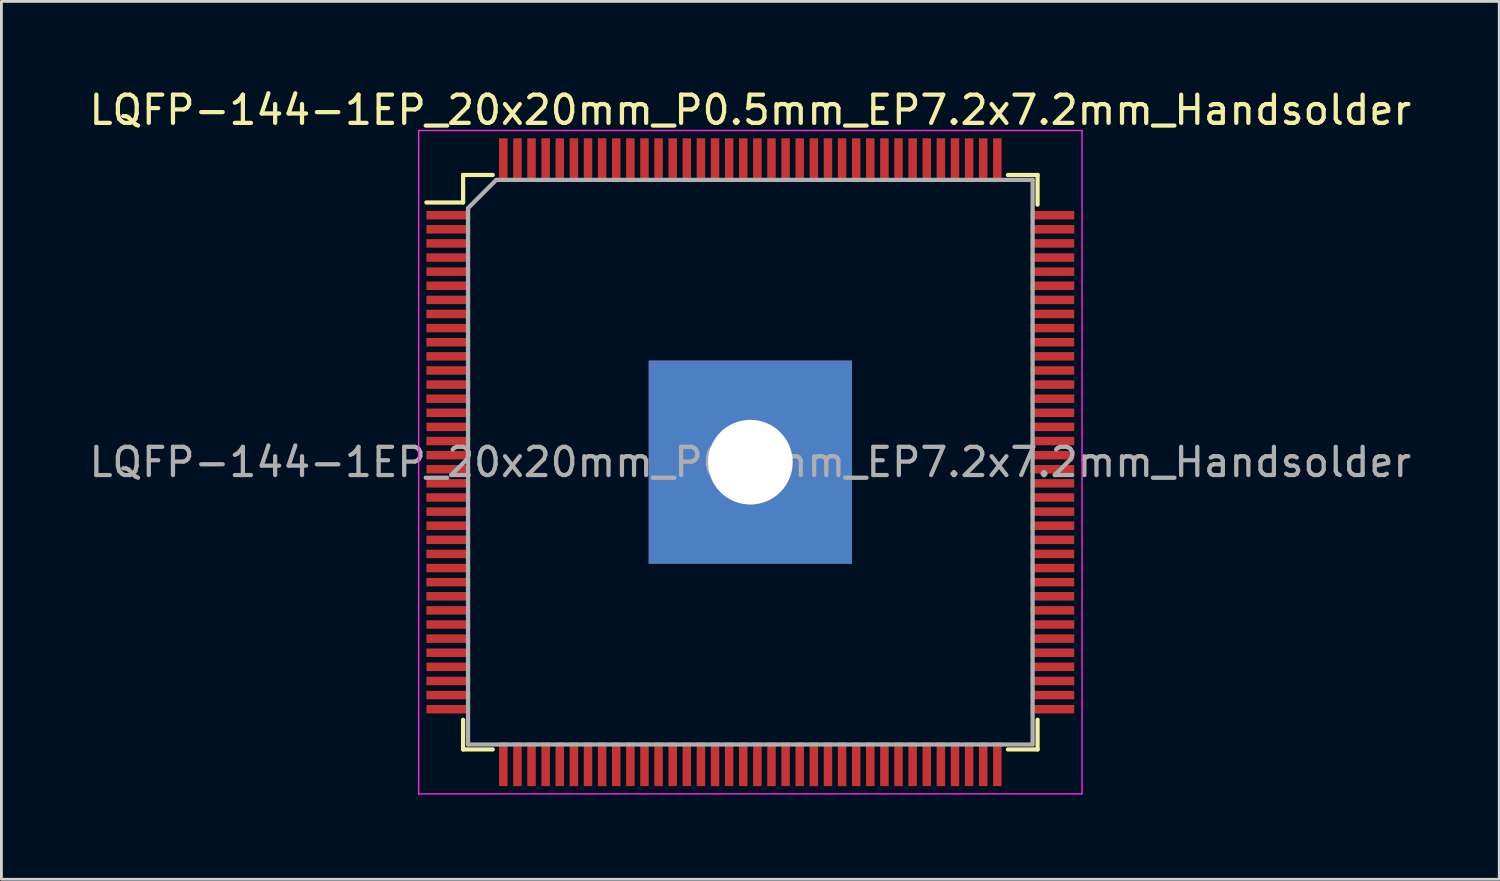
<source format=kicad_pcb>
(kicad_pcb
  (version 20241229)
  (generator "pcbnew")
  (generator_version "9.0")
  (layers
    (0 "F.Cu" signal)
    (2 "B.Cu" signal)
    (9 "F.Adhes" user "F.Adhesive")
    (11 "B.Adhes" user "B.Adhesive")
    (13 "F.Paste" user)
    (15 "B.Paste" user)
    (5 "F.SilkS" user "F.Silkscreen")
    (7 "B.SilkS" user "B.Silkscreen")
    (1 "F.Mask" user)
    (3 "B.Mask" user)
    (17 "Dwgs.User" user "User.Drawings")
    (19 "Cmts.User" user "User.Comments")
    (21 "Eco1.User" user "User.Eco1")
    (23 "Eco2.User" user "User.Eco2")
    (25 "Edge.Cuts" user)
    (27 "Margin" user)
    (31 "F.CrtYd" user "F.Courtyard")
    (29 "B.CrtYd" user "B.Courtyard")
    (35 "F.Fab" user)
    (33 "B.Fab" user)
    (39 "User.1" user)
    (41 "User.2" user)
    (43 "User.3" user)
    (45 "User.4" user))
  (footprint "LQFP-144-1EP_20x20mm_P0.5mm_EP7.2x7.2mm_Handsolder"
    (layer "F.Cu")
    (at 23.53 13.323)
    (property "Reference" "LQFP-144-1EP_20x20mm_P0.5mm_EP7.2x7.2mm_Handsolder" (at 0 -12.475 0) (layer "F.SilkS") (effects (font (size 1 1) (thickness 0.15))))
    (attr smd)
    (fp_line (start -10.175 -10.175) (end -10.175 -9.2) (stroke (width 0.15) (type solid)) (layer "F.SilkS"))
    (fp_line (start -10.175 -10.175) (end -9.125 -10.175) (stroke (width 0.15) (type solid)) (layer "F.SilkS"))
    (fp_line (start -10.175 -9.2) (end -11.475 -9.2) (stroke (width 0.15) (type solid)) (layer "F.SilkS"))
    (fp_line (start -10.175 10.175) (end -10.175 9.125) (stroke (width 0.15) (type solid)) (layer "F.SilkS"))
    (fp_line (start -10.175 10.175) (end -9.125 10.175) (stroke (width 0.15) (type solid)) (layer "F.SilkS"))
    (fp_line (start 10.175 -10.175) (end 9.125 -10.175) (stroke (width 0.15) (type solid)) (layer "F.SilkS"))
    (fp_line (start 10.175 -10.175) (end 10.175 -9.125) (stroke (width 0.15) (type solid)) (layer "F.SilkS"))
    (fp_line (start 10.175 10.175) (end 9.125 10.175) (stroke (width 0.15) (type solid)) (layer "F.SilkS"))
    (fp_line (start 10.175 10.175) (end 10.175 9.125) (stroke (width 0.15) (type solid)) (layer "F.SilkS"))
    (fp_line (start -11.75 -11.75) (end -11.75 11.75) (stroke (width 0.05) (type solid)) (layer "F.CrtYd"))
    (fp_line (start -11.75 -11.75) (end 11.75 -11.75) (stroke (width 0.05) (type solid)) (layer "F.CrtYd"))
    (fp_line (start -11.75 11.75) (end 11.75 11.75) (stroke (width 0.05) (type solid)) (layer "F.CrtYd"))
    (fp_line (start 11.75 -11.75) (end 11.75 11.75) (stroke (width 0.05) (type solid)) (layer "F.CrtYd"))
    (fp_line (start -10 -9) (end -9 -10) (stroke (width 0.15) (type solid)) (layer "F.Fab"))
    (fp_line (start -10 10) (end -10 -9) (stroke (width 0.15) (type solid)) (layer "F.Fab"))
    (fp_line (start -9 -10) (end 10 -10) (stroke (width 0.15) (type solid)) (layer "F.Fab"))
    (fp_line (start 10 -10) (end 10 10) (stroke (width 0.15) (type solid)) (layer "F.Fab"))
    (fp_line (start 10 10) (end -10 10) (stroke (width 0.15) (type solid)) (layer "F.Fab"))
    (fp_text user "${REFERENCE}" (at 0 0 0) (layer "F.Fab") (effects (font (size 1 1) (thickness 0.15))))
    (pad "" smd rect (at -2.88 -2.88) (size 1.12 1.12) (layers "F.Paste"))
    (pad "" smd rect (at -2.88 -1.44) (size 1.12 1.12) (layers "F.Paste"))
    (pad "" smd rect (at -2.88 0) (size 1.12 1.12) (layers "F.Paste"))
    (pad "" smd rect (at -2.88 1.44) (size 1.12 1.12) (layers "F.Paste"))
    (pad "" smd rect (at -2.88 2.88) (size 1.12 1.12) (layers "F.Paste"))
    (pad "" smd rect (at -1.44 -2.88) (size 1.12 1.12) (layers "F.Paste"))
    (pad "" smd rect (at -1.44 -1.44) (size 1.12 1.12) (layers "F.Paste"))
    (pad "" smd rect (at -1.44 0) (size 1.12 1.12) (layers "F.Paste"))
    (pad "" smd rect (at -1.44 1.44) (size 1.12 1.12) (layers "F.Paste"))
    (pad "" smd rect (at -1.44 2.88) (size 1.12 1.12) (layers "F.Paste"))
    (pad "" smd rect (at 0 -2.88) (size 1.12 1.12) (layers "F.Paste"))
    (pad "" smd rect (at 0 -1.44) (size 1.12 1.12) (layers "F.Paste"))
    (pad "" smd rect (at 0 0) (size 1.12 1.12) (layers "F.Paste"))
    (pad "" smd rect (at 0 1.44) (size 1.12 1.12) (layers "F.Paste"))
    (pad "" smd rect (at 0 2.88) (size 1.12 1.12) (layers "F.Paste"))
    (pad "" smd rect (at 1.44 -2.88) (size 1.12 1.12) (layers "F.Paste"))
    (pad "" smd rect (at 1.44 -1.44) (size 1.12 1.12) (layers "F.Paste"))
    (pad "" smd rect (at 1.44 0) (size 1.12 1.12) (layers "F.Paste"))
    (pad "" smd rect (at 1.44 1.44) (size 1.12 1.12) (layers "F.Paste"))
    (pad "" smd rect (at 1.44 2.88) (size 1.12 1.12) (layers "F.Paste"))
    (pad "" smd rect (at 2.88 -2.88) (size 1.12 1.12) (layers "F.Paste"))
    (pad "" smd rect (at 2.88 -1.44) (size 1.12 1.12) (layers "F.Paste"))
    (pad "" smd rect (at 2.88 0) (size 1.12 1.12) (layers "F.Paste"))
    (pad "" smd rect (at 2.88 1.44) (size 1.12 1.12) (layers "F.Paste"))
    (pad "" smd rect (at 2.88 2.88) (size 1.12 1.12) (layers "F.Paste"))
    (pad "1" smd rect (at -10.7 -8.75) (size 1.55 0.3) (layers "F.Cu" "F.Mask" "F.Paste"))
    (pad "2" smd rect (at -10.7 -8.25) (size 1.55 0.3) (layers "F.Cu" "F.Mask" "F.Paste"))
    (pad "3" smd rect (at -10.7 -7.75) (size 1.55 0.3) (layers "F.Cu" "F.Mask" "F.Paste"))
    (pad "4" smd rect (at -10.7 -7.25) (size 1.55 0.3) (layers "F.Cu" "F.Mask" "F.Paste"))
    (pad "5" smd rect (at -10.7 -6.75) (size 1.55 0.3) (layers "F.Cu" "F.Mask" "F.Paste"))
    (pad "6" smd rect (at -10.7 -6.25) (size 1.55 0.3) (layers "F.Cu" "F.Mask" "F.Paste"))
    (pad "7" smd rect (at -10.7 -5.75) (size 1.55 0.3) (layers "F.Cu" "F.Mask" "F.Paste"))
    (pad "8" smd rect (at -10.7 -5.25) (size 1.55 0.3) (layers "F.Cu" "F.Mask" "F.Paste"))
    (pad "9" smd rect (at -10.7 -4.75) (size 1.55 0.3) (layers "F.Cu" "F.Mask" "F.Paste"))
    (pad "10" smd rect (at -10.7 -4.25) (size 1.55 0.3) (layers "F.Cu" "F.Mask" "F.Paste"))
    (pad "11" smd rect (at -10.7 -3.75) (size 1.55 0.3) (layers "F.Cu" "F.Mask" "F.Paste"))
    (pad "12" smd rect (at -10.7 -3.25) (size 1.55 0.3) (layers "F.Cu" "F.Mask" "F.Paste"))
    (pad "13" smd rect (at -10.7 -2.75) (size 1.55 0.3) (layers "F.Cu" "F.Mask" "F.Paste"))
    (pad "14" smd rect (at -10.7 -2.25) (size 1.55 0.3) (layers "F.Cu" "F.Mask" "F.Paste"))
    (pad "15" smd rect (at -10.7 -1.75) (size 1.55 0.3) (layers "F.Cu" "F.Mask" "F.Paste"))
    (pad "16" smd rect (at -10.7 -1.25) (size 1.55 0.3) (layers "F.Cu" "F.Mask" "F.Paste"))
    (pad "17" smd rect (at -10.7 -0.75) (size 1.55 0.3) (layers "F.Cu" "F.Mask" "F.Paste"))
    (pad "18" smd rect (at -10.7 -0.25) (size 1.55 0.3) (layers "F.Cu" "F.Mask" "F.Paste"))
    (pad "19" smd rect (at -10.7 0.25) (size 1.55 0.3) (layers "F.Cu" "F.Mask" "F.Paste"))
    (pad "20" smd rect (at -10.7 0.75) (size 1.55 0.3) (layers "F.Cu" "F.Mask" "F.Paste"))
    (pad "21" smd rect (at -10.7 1.25) (size 1.55 0.3) (layers "F.Cu" "F.Mask" "F.Paste"))
    (pad "22" smd rect (at -10.7 1.75) (size 1.55 0.3) (layers "F.Cu" "F.Mask" "F.Paste"))
    (pad "23" smd rect (at -10.7 2.25) (size 1.55 0.3) (layers "F.Cu" "F.Mask" "F.Paste"))
    (pad "24" smd rect (at -10.7 2.75) (size 1.55 0.3) (layers "F.Cu" "F.Mask" "F.Paste"))
    (pad "25" smd rect (at -10.7 3.25) (size 1.55 0.3) (layers "F.Cu" "F.Mask" "F.Paste"))
    (pad "26" smd rect (at -10.7 3.75) (size 1.55 0.3) (layers "F.Cu" "F.Mask" "F.Paste"))
    (pad "27" smd rect (at -10.7 4.25) (size 1.55 0.3) (layers "F.Cu" "F.Mask" "F.Paste"))
    (pad "28" smd rect (at -10.7 4.75) (size 1.55 0.3) (layers "F.Cu" "F.Mask" "F.Paste"))
    (pad "29" smd rect (at -10.7 5.25) (size 1.55 0.3) (layers "F.Cu" "F.Mask" "F.Paste"))
    (pad "30" smd rect (at -10.7 5.75) (size 1.55 0.3) (layers "F.Cu" "F.Mask" "F.Paste"))
    (pad "31" smd rect (at -10.7 6.25) (size 1.55 0.3) (layers "F.Cu" "F.Mask" "F.Paste"))
    (pad "32" smd rect (at -10.7 6.75) (size 1.55 0.3) (layers "F.Cu" "F.Mask" "F.Paste"))
    (pad "33" smd rect (at -10.7 7.25) (size 1.55 0.3) (layers "F.Cu" "F.Mask" "F.Paste"))
    (pad "34" smd rect (at -10.7 7.75) (size 1.55 0.3) (layers "F.Cu" "F.Mask" "F.Paste"))
    (pad "35" smd rect (at -10.7 8.25) (size 1.55 0.3) (layers "F.Cu" "F.Mask" "F.Paste"))
    (pad "36" smd rect (at -10.7 8.75) (size 1.55 0.3) (layers "F.Cu" "F.Mask" "F.Paste"))
    (pad "37" smd rect (at -8.75 10.7 90) (size 1.55 0.3) (layers "F.Cu" "F.Mask" "F.Paste"))
    (pad "38" smd rect (at -8.25 10.7 90) (size 1.55 0.3) (layers "F.Cu" "F.Mask" "F.Paste"))
    (pad "39" smd rect (at -7.75 10.7 90) (size 1.55 0.3) (layers "F.Cu" "F.Mask" "F.Paste"))
    (pad "40" smd rect (at -7.25 10.7 90) (size 1.55 0.3) (layers "F.Cu" "F.Mask" "F.Paste"))
    (pad "41" smd rect (at -6.75 10.7 90) (size 1.55 0.3) (layers "F.Cu" "F.Mask" "F.Paste"))
    (pad "42" smd rect (at -6.25 10.7 90) (size 1.55 0.3) (layers "F.Cu" "F.Mask" "F.Paste"))
    (pad "43" smd rect (at -5.75 10.7 90) (size 1.55 0.3) (layers "F.Cu" "F.Mask" "F.Paste"))
    (pad "44" smd rect (at -5.25 10.7 90) (size 1.55 0.3) (layers "F.Cu" "F.Mask" "F.Paste"))
    (pad "45" smd rect (at -4.75 10.7 90) (size 1.55 0.3) (layers "F.Cu" "F.Mask" "F.Paste"))
    (pad "46" smd rect (at -4.25 10.7 90) (size 1.55 0.3) (layers "F.Cu" "F.Mask" "F.Paste"))
    (pad "47" smd rect (at -3.75 10.7 90) (size 1.55 0.3) (layers "F.Cu" "F.Mask" "F.Paste"))
    (pad "48" smd rect (at -3.25 10.7 90) (size 1.55 0.3) (layers "F.Cu" "F.Mask" "F.Paste"))
    (pad "49" smd rect (at -2.75 10.7 90) (size 1.55 0.3) (layers "F.Cu" "F.Mask" "F.Paste"))
    (pad "50" smd rect (at -2.25 10.7 90) (size 1.55 0.3) (layers "F.Cu" "F.Mask" "F.Paste"))
    (pad "51" smd rect (at -1.75 10.7 90) (size 1.55 0.3) (layers "F.Cu" "F.Mask" "F.Paste"))
    (pad "52" smd rect (at -1.25 10.7 90) (size 1.55 0.3) (layers "F.Cu" "F.Mask" "F.Paste"))
    (pad "53" smd rect (at -0.75 10.7 90) (size 1.55 0.3) (layers "F.Cu" "F.Mask" "F.Paste"))
    (pad "54" smd rect (at -0.25 10.7 90) (size 1.55 0.3) (layers "F.Cu" "F.Mask" "F.Paste"))
    (pad "55" smd rect (at 0.25 10.7 90) (size 1.55 0.3) (layers "F.Cu" "F.Mask" "F.Paste"))
    (pad "56" smd rect (at 0.75 10.7 90) (size 1.55 0.3) (layers "F.Cu" "F.Mask" "F.Paste"))
    (pad "57" smd rect (at 1.25 10.7 90) (size 1.55 0.3) (layers "F.Cu" "F.Mask" "F.Paste"))
    (pad "58" smd rect (at 1.75 10.7 90) (size 1.55 0.3) (layers "F.Cu" "F.Mask" "F.Paste"))
    (pad "59" smd rect (at 2.25 10.7 90) (size 1.55 0.3) (layers "F.Cu" "F.Mask" "F.Paste"))
    (pad "60" smd rect (at 2.75 10.7 90) (size 1.55 0.3) (layers "F.Cu" "F.Mask" "F.Paste"))
    (pad "61" smd rect (at 3.25 10.7 90) (size 1.55 0.3) (layers "F.Cu" "F.Mask" "F.Paste"))
    (pad "62" smd rect (at 3.75 10.7 90) (size 1.55 0.3) (layers "F.Cu" "F.Mask" "F.Paste"))
    (pad "63" smd rect (at 4.25 10.7 90) (size 1.55 0.3) (layers "F.Cu" "F.Mask" "F.Paste"))
    (pad "64" smd rect (at 4.75 10.7 90) (size 1.55 0.3) (layers "F.Cu" "F.Mask" "F.Paste"))
    (pad "65" smd rect (at 5.25 10.7 90) (size 1.55 0.3) (layers "F.Cu" "F.Mask" "F.Paste"))
    (pad "66" smd rect (at 5.75 10.7 90) (size 1.55 0.3) (layers "F.Cu" "F.Mask" "F.Paste"))
    (pad "67" smd rect (at 6.25 10.7 90) (size 1.55 0.3) (layers "F.Cu" "F.Mask" "F.Paste"))
    (pad "68" smd rect (at 6.75 10.7 90) (size 1.55 0.3) (layers "F.Cu" "F.Mask" "F.Paste"))
    (pad "69" smd rect (at 7.25 10.7 90) (size 1.55 0.3) (layers "F.Cu" "F.Mask" "F.Paste"))
    (pad "70" smd rect (at 7.75 10.7 90) (size 1.55 0.3) (layers "F.Cu" "F.Mask" "F.Paste"))
    (pad "71" smd rect (at 8.25 10.7 90) (size 1.55 0.3) (layers "F.Cu" "F.Mask" "F.Paste"))
    (pad "72" smd rect (at 8.75 10.7 90) (size 1.55 0.3) (layers "F.Cu" "F.Mask" "F.Paste"))
    (pad "73" smd rect (at 10.7 8.75) (size 1.55 0.3) (layers "F.Cu" "F.Mask" "F.Paste"))
    (pad "74" smd rect (at 10.7 8.25) (size 1.55 0.3) (layers "F.Cu" "F.Mask" "F.Paste"))
    (pad "75" smd rect (at 10.7 7.75) (size 1.55 0.3) (layers "F.Cu" "F.Mask" "F.Paste"))
    (pad "76" smd rect (at 10.7 7.25) (size 1.55 0.3) (layers "F.Cu" "F.Mask" "F.Paste"))
    (pad "77" smd rect (at 10.7 6.75) (size 1.55 0.3) (layers "F.Cu" "F.Mask" "F.Paste"))
    (pad "78" smd rect (at 10.7 6.25) (size 1.55 0.3) (layers "F.Cu" "F.Mask" "F.Paste"))
    (pad "79" smd rect (at 10.7 5.75) (size 1.55 0.3) (layers "F.Cu" "F.Mask" "F.Paste"))
    (pad "80" smd rect (at 10.7 5.25) (size 1.55 0.3) (layers "F.Cu" "F.Mask" "F.Paste"))
    (pad "81" smd rect (at 10.7 4.75) (size 1.55 0.3) (layers "F.Cu" "F.Mask" "F.Paste"))
    (pad "82" smd rect (at 10.7 4.25) (size 1.55 0.3) (layers "F.Cu" "F.Mask" "F.Paste"))
    (pad "83" smd rect (at 10.7 3.75) (size 1.55 0.3) (layers "F.Cu" "F.Mask" "F.Paste"))
    (pad "84" smd rect (at 10.7 3.25) (size 1.55 0.3) (layers "F.Cu" "F.Mask" "F.Paste"))
    (pad "85" smd rect (at 10.7 2.75) (size 1.55 0.3) (layers "F.Cu" "F.Mask" "F.Paste"))
    (pad "86" smd rect (at 10.7 2.25) (size 1.55 0.3) (layers "F.Cu" "F.Mask" "F.Paste"))
    (pad "87" smd rect (at 10.7 1.75) (size 1.55 0.3) (layers "F.Cu" "F.Mask" "F.Paste"))
    (pad "88" smd rect (at 10.7 1.25) (size 1.55 0.3) (layers "F.Cu" "F.Mask" "F.Paste"))
    (pad "89" smd rect (at 10.7 0.75) (size 1.55 0.3) (layers "F.Cu" "F.Mask" "F.Paste"))
    (pad "90" smd rect (at 10.7 0.25) (size 1.55 0.3) (layers "F.Cu" "F.Mask" "F.Paste"))
    (pad "91" smd rect (at 10.7 -0.25) (size 1.55 0.3) (layers "F.Cu" "F.Mask" "F.Paste"))
    (pad "92" smd rect (at 10.7 -0.75) (size 1.55 0.3) (layers "F.Cu" "F.Mask" "F.Paste"))
    (pad "93" smd rect (at 10.7 -1.25) (size 1.55 0.3) (layers "F.Cu" "F.Mask" "F.Paste"))
    (pad "94" smd rect (at 10.7 -1.75) (size 1.55 0.3) (layers "F.Cu" "F.Mask" "F.Paste"))
    (pad "95" smd rect (at 10.7 -2.25) (size 1.55 0.3) (layers "F.Cu" "F.Mask" "F.Paste"))
    (pad "96" smd rect (at 10.7 -2.75) (size 1.55 0.3) (layers "F.Cu" "F.Mask" "F.Paste"))
    (pad "97" smd rect (at 10.7 -3.25) (size 1.55 0.3) (layers "F.Cu" "F.Mask" "F.Paste"))
    (pad "98" smd rect (at 10.7 -3.75) (size 1.55 0.3) (layers "F.Cu" "F.Mask" "F.Paste"))
    (pad "99" smd rect (at 10.7 -4.25) (size 1.55 0.3) (layers "F.Cu" "F.Mask" "F.Paste"))
    (pad "100" smd rect (at 10.7 -4.75) (size 1.55 0.3) (layers "F.Cu" "F.Mask" "F.Paste"))
    (pad "101" smd rect (at 10.7 -5.25) (size 1.55 0.3) (layers "F.Cu" "F.Mask" "F.Paste"))
    (pad "102" smd rect (at 10.7 -5.75) (size 1.55 0.3) (layers "F.Cu" "F.Mask" "F.Paste"))
    (pad "103" smd rect (at 10.7 -6.25) (size 1.55 0.3) (layers "F.Cu" "F.Mask" "F.Paste"))
    (pad "104" smd rect (at 10.7 -6.75) (size 1.55 0.3) (layers "F.Cu" "F.Mask" "F.Paste"))
    (pad "105" smd rect (at 10.7 -7.25) (size 1.55 0.3) (layers "F.Cu" "F.Mask" "F.Paste"))
    (pad "106" smd rect (at 10.7 -7.75) (size 1.55 0.3) (layers "F.Cu" "F.Mask" "F.Paste"))
    (pad "107" smd rect (at 10.7 -8.25) (size 1.55 0.3) (layers "F.Cu" "F.Mask" "F.Paste"))
    (pad "108" smd rect (at 10.7 -8.75) (size 1.55 0.3) (layers "F.Cu" "F.Mask" "F.Paste"))
    (pad "109" smd rect (at 8.75 -10.7 90) (size 1.55 0.3) (layers "F.Cu" "F.Mask" "F.Paste"))
    (pad "110" smd rect (at 8.25 -10.7 90) (size 1.55 0.3) (layers "F.Cu" "F.Mask" "F.Paste"))
    (pad "111" smd rect (at 7.75 -10.7 90) (size 1.55 0.3) (layers "F.Cu" "F.Mask" "F.Paste"))
    (pad "112" smd rect (at 7.25 -10.7 90) (size 1.55 0.3) (layers "F.Cu" "F.Mask" "F.Paste"))
    (pad "113" smd rect (at 6.75 -10.7 90) (size 1.55 0.3) (layers "F.Cu" "F.Mask" "F.Paste"))
    (pad "114" smd rect (at 6.25 -10.7 90) (size 1.55 0.3) (layers "F.Cu" "F.Mask" "F.Paste"))
    (pad "115" smd rect (at 5.75 -10.7 90) (size 1.55 0.3) (layers "F.Cu" "F.Mask" "F.Paste"))
    (pad "116" smd rect (at 5.25 -10.7 90) (size 1.55 0.3) (layers "F.Cu" "F.Mask" "F.Paste"))
    (pad "117" smd rect (at 4.75 -10.7 90) (size 1.55 0.3) (layers "F.Cu" "F.Mask" "F.Paste"))
    (pad "118" smd rect (at 4.25 -10.7 90) (size 1.55 0.3) (layers "F.Cu" "F.Mask" "F.Paste"))
    (pad "119" smd rect (at 3.75 -10.7 90) (size 1.55 0.3) (layers "F.Cu" "F.Mask" "F.Paste"))
    (pad "120" smd rect (at 3.25 -10.7 90) (size 1.55 0.3) (layers "F.Cu" "F.Mask" "F.Paste"))
    (pad "121" smd rect (at 2.75 -10.7 90) (size 1.55 0.3) (layers "F.Cu" "F.Mask" "F.Paste"))
    (pad "122" smd rect (at 2.25 -10.7 90) (size 1.55 0.3) (layers "F.Cu" "F.Mask" "F.Paste"))
    (pad "123" smd rect (at 1.75 -10.7 90) (size 1.55 0.3) (layers "F.Cu" "F.Mask" "F.Paste"))
    (pad "124" smd rect (at 1.25 -10.7 90) (size 1.55 0.3) (layers "F.Cu" "F.Mask" "F.Paste"))
    (pad "125" smd rect (at 0.75 -10.7 90) (size 1.55 0.3) (layers "F.Cu" "F.Mask" "F.Paste"))
    (pad "126" smd rect (at 0.25 -10.7 90) (size 1.55 0.3) (layers "F.Cu" "F.Mask" "F.Paste"))
    (pad "127" smd rect (at -0.25 -10.7 90) (size 1.55 0.3) (layers "F.Cu" "F.Mask" "F.Paste"))
    (pad "128" smd rect (at -0.75 -10.7 90) (size 1.55 0.3) (layers "F.Cu" "F.Mask" "F.Paste"))
    (pad "129" smd rect (at -1.25 -10.7 90) (size 1.55 0.3) (layers "F.Cu" "F.Mask" "F.Paste"))
    (pad "130" smd rect (at -1.75 -10.7 90) (size 1.55 0.3) (layers "F.Cu" "F.Mask" "F.Paste"))
    (pad "131" smd rect (at -2.25 -10.7 90) (size 1.55 0.3) (layers "F.Cu" "F.Mask" "F.Paste"))
    (pad "132" smd rect (at -2.75 -10.7 90) (size 1.55 0.3) (layers "F.Cu" "F.Mask" "F.Paste"))
    (pad "133" smd rect (at -3.25 -10.7 90) (size 1.55 0.3) (layers "F.Cu" "F.Mask" "F.Paste"))
    (pad "134" smd rect (at -3.75 -10.7 90) (size 1.55 0.3) (layers "F.Cu" "F.Mask" "F.Paste"))
    (pad "135" smd rect (at -4.25 -10.7 90) (size 1.55 0.3) (layers "F.Cu" "F.Mask" "F.Paste"))
    (pad "136" smd rect (at -4.75 -10.7 90) (size 1.55 0.3) (layers "F.Cu" "F.Mask" "F.Paste"))
    (pad "137" smd rect (at -5.25 -10.7 90) (size 1.55 0.3) (layers "F.Cu" "F.Mask" "F.Paste"))
    (pad "138" smd rect (at -5.75 -10.7 90) (size 1.55 0.3) (layers "F.Cu" "F.Mask" "F.Paste"))
    (pad "139" smd rect (at -6.25 -10.7 90) (size 1.55 0.3) (layers "F.Cu" "F.Mask" "F.Paste"))
    (pad "140" smd rect (at -6.75 -10.7 90) (size 1.55 0.3) (layers "F.Cu" "F.Mask" "F.Paste"))
    (pad "141" smd rect (at -7.25 -10.7 90) (size 1.55 0.3) (layers "F.Cu" "F.Mask" "F.Paste"))
    (pad "142" smd rect (at -7.75 -10.7 90) (size 1.55 0.3) (layers "F.Cu" "F.Mask" "F.Paste"))
    (pad "143" smd rect (at -8.25 -10.7 90) (size 1.55 0.3) (layers "F.Cu" "F.Mask" "F.Paste"))
    (pad "144" smd rect (at -8.75 -10.7 90) (size 1.55 0.3) (layers "F.Cu" "F.Mask" "F.Paste"))
    (pad "145" thru_hole rect (at 0 0) (size 7.2 7.2) (drill 3) (layers "*.Cu" "*.Mask")))
  (gr_rect
    (start -3 -3)
    (end 50.06 28.098)
    (stroke (width 0.1) (type default))
    (fill no)
    (layer "Edge.Cuts")))
</source>
